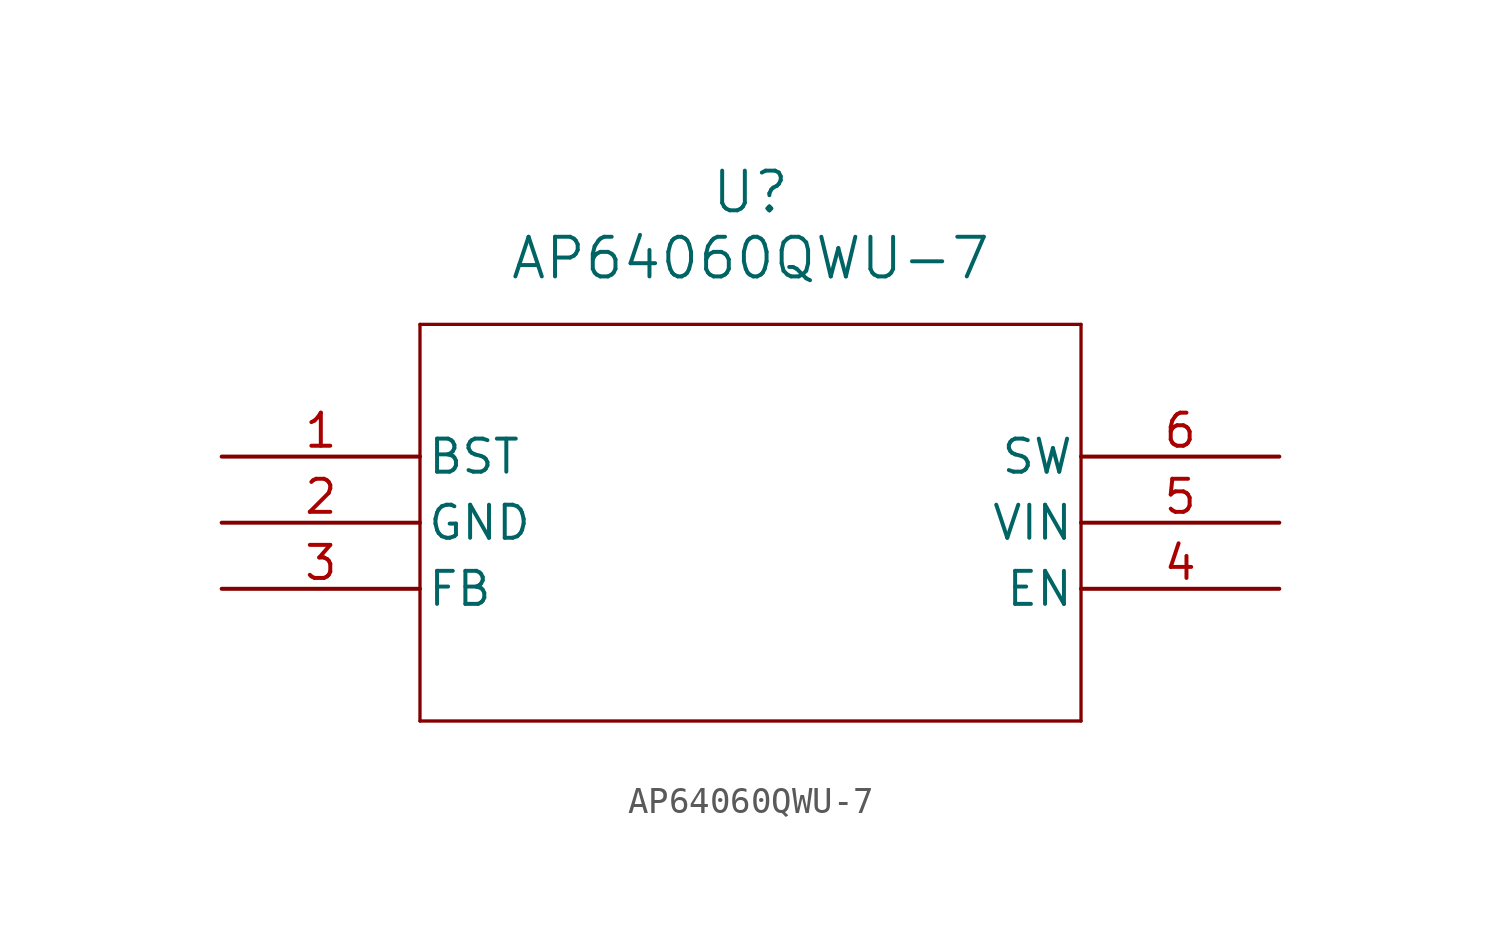
<source format=kicad_sym>
(kicad_symbol_lib
  (version 20211014)
  (generator kicad_symbol_editor)
  (symbol "AP64060QWU-7"
    (pin_names
      (offset 0.254))
    (property "Reference" "U"
      (at 20.32 10.16 0)
      (effects (font (size 1.524 1.524))))
    (property "Value" "AP64060QWU-7"
      (at 20.32 7.62 0)
      (effects (font (size 1.524 1.524))))
    (symbol "AP64060QWU-7_0_1"
      (polyline (pts (xy 7.62 5.08) (xy 7.62 -10.16)) (stroke (width 0.127) (type default) (color 0 0 0 0)) (fill (type none)))
      (polyline (pts (xy 7.62 -10.16) (xy 33.02 -10.16)) (stroke (width 0.127) (type default) (color 0 0 0 0)) (fill (type none)))
      (polyline (pts (xy 33.02 -10.16) (xy 33.02 5.08)) (stroke (width 0.127) (type default) (color 0 0 0 0)) (fill (type none)))
      (polyline (pts (xy 33.02 5.08) (xy 7.62 5.08)) (stroke (width 0.127) (type default) (color 0 0 0 0)) (fill (type none)))
      (pin unspecified line (at 0 0 0) (length 7.62) (name "BST" (effects (font (size 1.27 1.27)))) (number "1" (effects (font (size 1.27 1.27)))))
      (pin power_out line (at 0 -2.54 0) (length 7.62) (name "GND" (effects (font (size 1.27 1.27)))) (number "2" (effects (font (size 1.27 1.27)))))
      (pin unspecified line (at 0 -5.08 0) (length 7.62) (name "FB" (effects (font (size 1.27 1.27)))) (number "3" (effects (font (size 1.27 1.27)))))
      (pin unspecified line (at 40.64 -5.08 180) (length 7.62) (name "EN" (effects (font (size 1.27 1.27)))) (number "4" (effects (font (size 1.27 1.27)))))
      (pin unspecified line (at 40.64 -2.54 180) (length 7.62) (name "VIN" (effects (font (size 1.27 1.27)))) (number "5" (effects (font (size 1.27 1.27)))))
      (pin unspecified line (at 40.64 0 180) (length 7.62) (name "SW" (effects (font (size 1.27 1.27)))) (number "6" (effects (font (size 1.27 1.27))))))))
</source>
